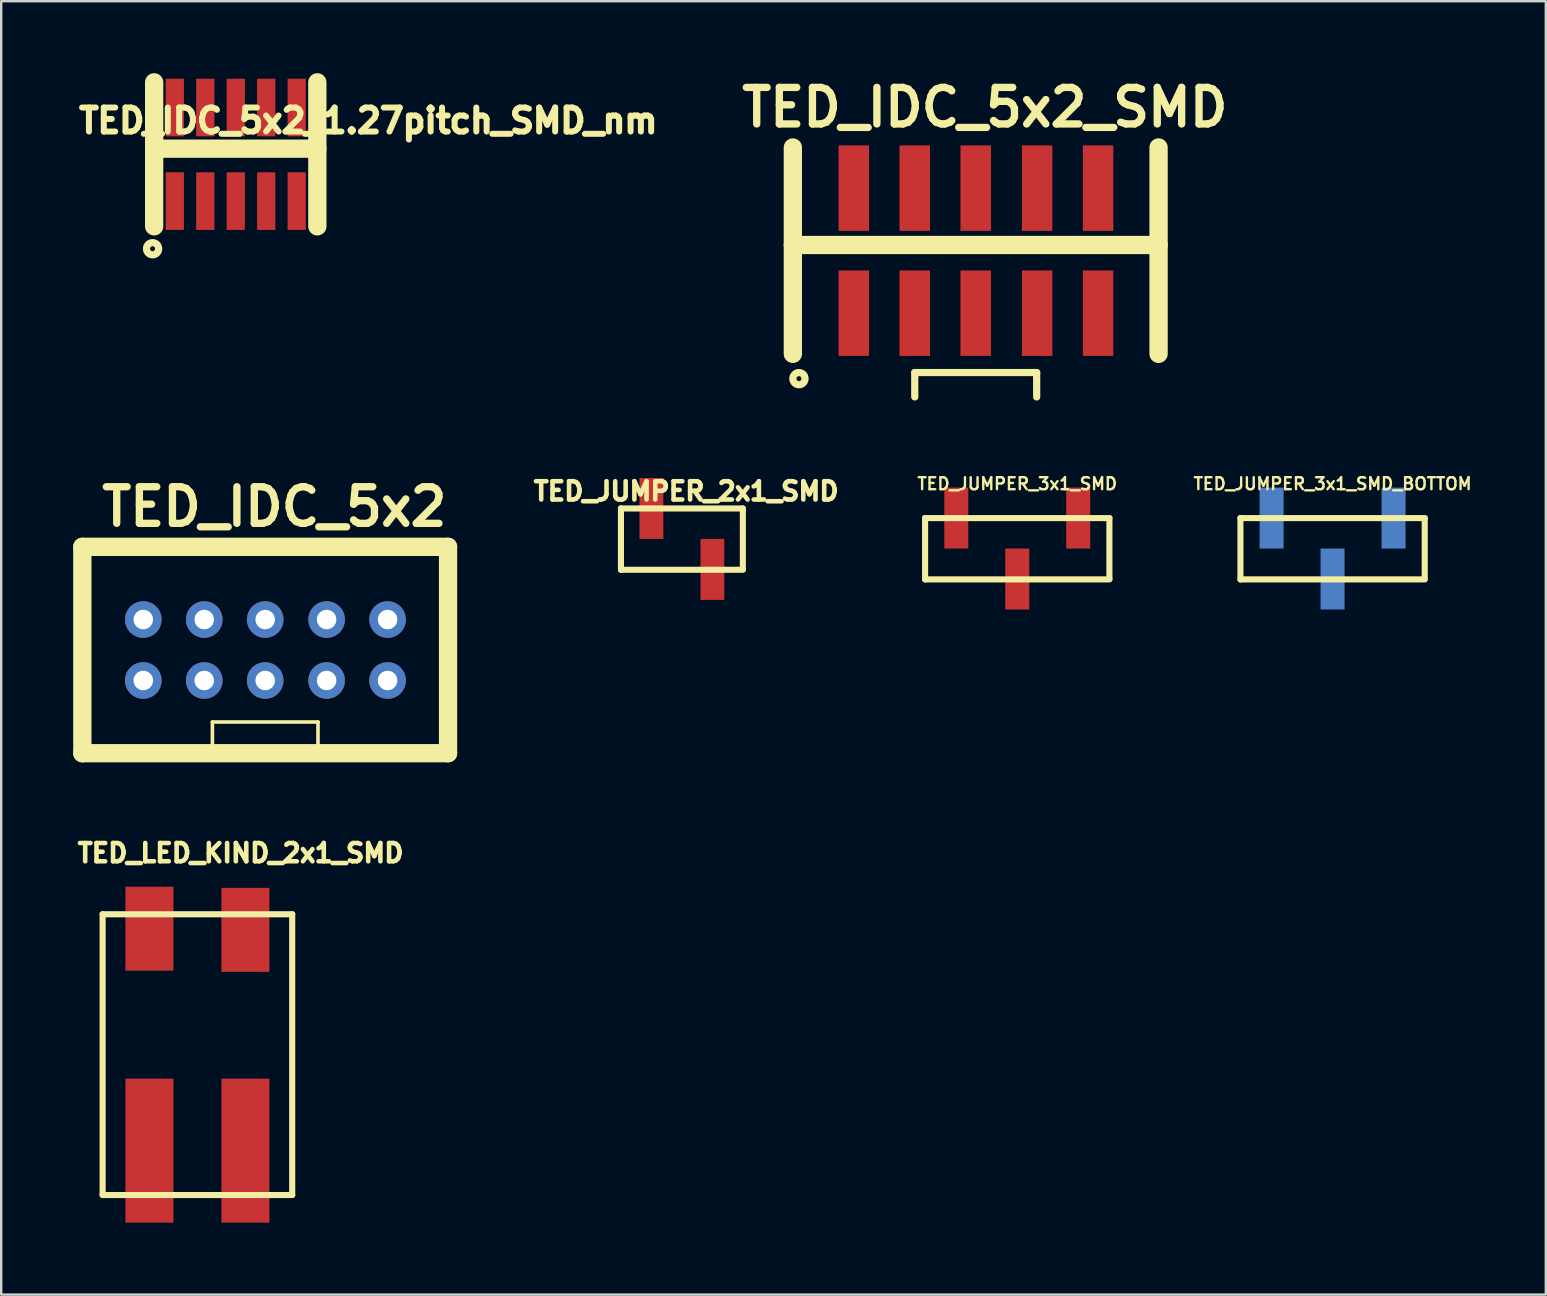
<source format=kicad_pcb>
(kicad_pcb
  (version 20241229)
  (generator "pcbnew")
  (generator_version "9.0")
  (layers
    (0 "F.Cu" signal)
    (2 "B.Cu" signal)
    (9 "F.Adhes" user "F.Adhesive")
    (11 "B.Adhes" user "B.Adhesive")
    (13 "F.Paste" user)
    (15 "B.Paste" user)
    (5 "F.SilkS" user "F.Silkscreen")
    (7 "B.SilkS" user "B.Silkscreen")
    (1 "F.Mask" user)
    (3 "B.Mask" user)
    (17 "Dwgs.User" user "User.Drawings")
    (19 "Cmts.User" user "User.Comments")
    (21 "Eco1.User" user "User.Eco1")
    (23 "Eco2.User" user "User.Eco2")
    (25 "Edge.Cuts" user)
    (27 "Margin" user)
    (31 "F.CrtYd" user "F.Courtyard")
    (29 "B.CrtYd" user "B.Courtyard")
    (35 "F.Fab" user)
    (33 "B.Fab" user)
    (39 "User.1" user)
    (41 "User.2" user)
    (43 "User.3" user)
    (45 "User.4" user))
  (footprint "TED_JUMPER_2x1_SMD"
    (layer "F.Cu")
    (at 25.366 19.408)
    (property "Reference" "TED_JUMPER_2x1_SMD" (at 0.178 -1.986 0) (layer "F.SilkS") (effects (font (size 0.762 0.762) (thickness 0.191))))
    (attr through_hole)
    (fp_line (start -2.54 1.285) (end -2.54 -1.275) (stroke (width 0.254) (type solid)) (layer "F.SilkS"))
    (fp_line (start 2.54 -1.27) (end -2.54 -1.27) (stroke (width 0.254) (type solid)) (layer "F.SilkS"))
    (fp_line (start 2.54 -1.27) (end 2.54 1.27) (stroke (width 0.254) (type solid)) (layer "F.SilkS"))
    (fp_line (start 2.54 1.285) (end -2.54 1.285) (stroke (width 0.254) (type solid)) (layer "F.SilkS"))
    (pad "1" smd rect (at -1.27 -1.27) (size 0.991 2.54) (layers "F.Cu" "F.Mask" "F.Paste"))
    (pad "2" smd rect (at 1.27 1.27) (size 0.991 2.54) (layers "F.Cu" "F.Mask" "F.Paste")))
  (footprint "TED_JUMPER_3x1_SMD"
    (layer "F.Cu")
    (at 39.34 19.809)
    (property "Reference" "TED_JUMPER_3x1_SMD" (at 0 -2.7 0) (layer "F.SilkS") (effects (font (size 0.5 0.5) (thickness 0.1))))
    (attr through_hole)
    (fp_line (start -3.84 1.285) (end -3.84 -1.275) (stroke (width 0.254) (type solid)) (layer "F.SilkS"))
    (fp_line (start 3.84 -1.27) (end -3.84 -1.27) (stroke (width 0.254) (type solid)) (layer "F.SilkS"))
    (fp_line (start 3.84 -1.27) (end 3.84 1.27) (stroke (width 0.254) (type solid)) (layer "F.SilkS"))
    (fp_line (start 3.84 1.285) (end -3.84 1.285) (stroke (width 0.254) (type solid)) (layer "F.SilkS"))
    (pad "1" smd rect (at -2.54 -1.27) (size 1 2.54) (layers "F.Cu" "F.Mask" "F.Paste"))
    (pad "2" smd rect (at 0 1.27) (size 1 2.54) (layers "F.Cu" "F.Mask" "F.Paste"))
    (pad "3" smd rect (at 2.54 -1.27) (size 1 2.54) (layers "F.Cu" "F.Mask" "F.Paste")))
  (footprint "TED_JUMPER_3x1_SMD_BOTTOM"
    (layer "F.Cu")
    (at 52.48 19.809)
    (property "Reference" "TED_JUMPER_3x1_SMD_BOTTOM" (at 0 -2.7 0) (layer "F.SilkS") (effects (font (size 0.5 0.5) (thickness 0.1))))
    (attr through_hole)
    (fp_line (start -3.84 1.285) (end -3.84 -1.275) (stroke (width 0.254) (type solid)) (layer "F.SilkS"))
    (fp_line (start 3.84 -1.27) (end -3.84 -1.27) (stroke (width 0.254) (type solid)) (layer "F.SilkS"))
    (fp_line (start 3.84 -1.27) (end 3.84 1.27) (stroke (width 0.254) (type solid)) (layer "F.SilkS"))
    (fp_line (start 3.84 1.285) (end -3.84 1.285) (stroke (width 0.254) (type solid)) (layer "F.SilkS"))
    (pad "1" smd rect (at 2.54 -1.27) (size 1 2.54) (layers "B.Cu" "B.Mask" "B.Paste"))
    (pad "2" smd rect (at 0 1.27) (size 1 2.54) (layers "B.Cu" "B.Mask" "B.Paste"))
    (pad "3" smd rect (at -2.54 -1.27) (size 1 2.54) (layers "B.Cu" "B.Mask" "B.Paste")))
  (footprint "TED_LED_KIND_2x1_SMD"
    (layer "F.Cu")
    (at 5.177 40.898)
    (property "Reference" "TED_LED_KIND_2x1_SMD" (at 1.8 -8.4 0) (layer "F.SilkS") (effects (font (size 0.762 0.762) (thickness 0.191))))
    (attr through_hole)
    (fp_line (start -3.95 5.85) (end -3.95 -5.85) (stroke (width 0.254) (type solid)) (layer "F.SilkS"))
    (fp_line (start 3.95 -5.85) (end -3.95 -5.85) (stroke (width 0.254) (type solid)) (layer "F.SilkS"))
    (fp_line (start 3.95 -5.85) (end 3.95 5.85) (stroke (width 0.254) (type solid)) (layer "F.SilkS"))
    (fp_line (start 3.95 5.85) (end -3.95 5.85) (stroke (width 0.254) (type solid)) (layer "F.SilkS"))
    (pad "" smd rect (at -2 -5.25) (size 2 3.5) (layers "F.Cu" "F.Mask" "F.Paste"))
    (pad "" smd rect (at 2 -5.2) (size 2 3.5) (layers "F.Cu" "F.Mask" "F.Paste"))
    (pad "1" smd rect (at 2 4) (size 2 6) (layers "F.Cu" "F.Mask" "F.Paste"))
    (pad "2" smd rect (at -2 4) (size 2 6) (layers "F.Cu" "F.Mask" "F.Paste")))
  (footprint "TED_IDC_5x2_1.27pitch_SMD_nm"
    (layer "F.Cu")
    (at 6.774 3.381)
    (property "Reference" "TED_IDC_5x2_1.27pitch_SMD_nm" (at 5.525 -1.4 0) (layer "F.SilkS") (effects (font (size 1 1) (thickness 0.25))))
    (attr through_hole)
    (fp_line (start -3.4 -0.236) (end 3.4 -0.236) (stroke (width 0.762) (type solid)) (layer "F.SilkS"))
    (fp_line (start -3.4 3) (end -3.4 -3) (stroke (width 0.762) (type solid)) (layer "F.SilkS"))
    (fp_line (start 3.4 -3) (end 3.4 3) (stroke (width 0.762) (type solid)) (layer "F.SilkS"))
    (fp_circle (center -3.466 3.934) (end -3.212 3.934) (stroke (width 0.3) (type solid)) (fill no) (layer "F.SilkS"))
    (pad "1" smd rect (at -2.54 1.95) (size 0.76 2.4) (layers "F.Cu" "F.Mask" "F.Paste"))
    (pad "2" smd rect (at -2.54 -1.95) (size 0.76 2.4) (layers "F.Cu" "F.Mask" "F.Paste"))
    (pad "3" smd rect (at -1.27 1.95) (size 0.76 2.4) (layers "F.Cu" "F.Mask" "F.Paste"))
    (pad "4" smd rect (at -1.27 -1.95) (size 0.76 2.4) (layers "F.Cu" "F.Mask" "F.Paste"))
    (pad "5" smd rect (at 0 1.95) (size 0.76 2.4) (layers "F.Cu" "F.Mask" "F.Paste"))
    (pad "6" smd rect (at 0 -1.95) (size 0.76 2.4) (layers "F.Cu" "F.Mask" "F.Paste"))
    (pad "7" smd rect (at 1.27 1.95) (size 0.76 2.4) (layers "F.Cu" "F.Mask" "F.Paste"))
    (pad "8" smd rect (at 1.27 -1.95) (size 0.76 2.4) (layers "F.Cu" "F.Mask" "F.Paste"))
    (pad "9" smd rect (at 2.54 1.95) (size 0.76 2.4) (layers "F.Cu" "F.Mask" "F.Paste"))
    (pad "10" smd rect (at 2.54 -1.95) (size 0.76 2.4) (layers "F.Cu" "F.Mask" "F.Paste")))
  (footprint "TED_IDC_5x2_SMD"
    (layer "F.Cu")
    (at 37.609 7.395)
    (property "Reference" "TED_IDC_5x2_SMD" (at 0.381 -5.969 0) (layer "F.SilkS") (effects (font (size 1.524 1.524) (thickness 0.305))))
    (attr through_hole)
    (fp_line (start -7.62 -0.236) (end 7.62 -0.236) (stroke (width 0.762) (type solid)) (layer "F.SilkS"))
    (fp_line (start -7.62 4.3) (end -7.62 -4.3) (stroke (width 0.762) (type solid)) (layer "F.SilkS"))
    (fp_line (start -2.54 5.08) (end 2.54 5.08) (stroke (width 0.3) (type solid)) (layer "F.SilkS"))
    (fp_line (start -2.54 6.096) (end -2.54 5.08) (stroke (width 0.3) (type solid)) (layer "F.SilkS"))
    (fp_line (start 2.54 5.08) (end 2.54 6.096) (stroke (width 0.3) (type solid)) (layer "F.SilkS"))
    (fp_line (start 7.62 -4.3) (end 7.62 4.3) (stroke (width 0.762) (type solid)) (layer "F.SilkS"))
    (fp_circle (center -7.366 5.334) (end -7.112 5.334) (stroke (width 0.3) (type solid)) (fill no) (layer "F.SilkS"))
    (pad "1" smd rect (at -5.08 2.605) (size 1.27 3.56) (layers "F.Cu" "F.Mask" "F.Paste"))
    (pad "2" smd rect (at -5.08 -2.605) (size 1.27 3.56) (layers "F.Cu" "F.Mask" "F.Paste"))
    (pad "3" smd rect (at -2.54 2.605) (size 1.27 3.56) (layers "F.Cu" "F.Mask" "F.Paste"))
    (pad "4" smd rect (at -2.54 -2.605) (size 1.27 3.56) (layers "F.Cu" "F.Mask" "F.Paste"))
    (pad "5" smd rect (at 0 2.605) (size 1.27 3.56) (layers "F.Cu" "F.Mask" "F.Paste"))
    (pad "6" smd rect (at 0 -2.605) (size 1.27 3.56) (layers "F.Cu" "F.Mask" "F.Paste"))
    (pad "7" smd rect (at 2.56 2.605) (size 1.27 3.56) (layers "F.Cu" "F.Mask" "F.Paste"))
    (pad "8" smd rect (at 2.56 -2.605) (size 1.27 3.56) (layers "F.Cu" "F.Mask" "F.Paste"))
    (pad "9" smd rect (at 5.1 2.605) (size 1.27 3.56) (layers "F.Cu" "F.Mask" "F.Paste"))
    (pad "10" smd rect (at 5.1 -2.605) (size 1.27 3.56) (layers "F.Cu" "F.Mask" "F.Paste")))
  (footprint "TED_IDC_5x2"
    (layer "F.Cu")
    (at 8.001 24.037)
    (property "Reference" "TED_IDC_5x2" (at 0.381 -5.969 0) (layer "F.SilkS") (effects (font (size 1.524 1.524) (thickness 0.305))))
    (attr through_hole)
    (fp_line (start -7.62 -4.3) (end 7.62 -4.3) (stroke (width 0.762) (type solid)) (layer "F.SilkS"))
    (fp_line (start -7.62 4.3) (end -7.62 -4.3) (stroke (width 0.762) (type solid)) (layer "F.SilkS"))
    (fp_line (start -2.2 3) (end 2.2 3) (stroke (width 0.15) (type solid)) (layer "F.SilkS"))
    (fp_line (start -2.2 4) (end -2.2 3) (stroke (width 0.15) (type solid)) (layer "F.SilkS"))
    (fp_line (start 2.2 3) (end 2.2 4) (stroke (width 0.15) (type solid)) (layer "F.SilkS"))
    (fp_line (start 7.62 -4.3) (end 7.62 4.3) (stroke (width 0.762) (type solid)) (layer "F.SilkS"))
    (fp_line (start 7.62 4.3) (end -7.62 4.3) (stroke (width 0.762) (type solid)) (layer "F.SilkS"))
    (pad "1" thru_hole circle (at -5.08 1.27) (size 1.524 1.524) (drill 0.813) (layers "*.Cu" "*.Mask"))
    (pad "2" thru_hole circle (at -5.08 -1.27) (size 1.524 1.524) (drill 0.813) (layers "*.Cu" "*.Mask"))
    (pad "3" thru_hole circle (at -2.54 1.27) (size 1.524 1.524) (drill 0.813) (layers "*.Cu" "*.Mask"))
    (pad "4" thru_hole circle (at -2.54 -1.27) (size 1.524 1.524) (drill 0.813) (layers "*.Cu" "*.Mask"))
    (pad "5" thru_hole circle (at 0 1.27) (size 1.524 1.524) (drill 0.813) (layers "*.Cu" "*.Mask"))
    (pad "6" thru_hole circle (at 0 -1.27) (size 1.524 1.524) (drill 0.813) (layers "*.Cu" "*.Mask"))
    (pad "7" thru_hole circle (at 2.56 1.27) (size 1.524 1.524) (drill 0.813) (layers "*.Cu" "*.Mask"))
    (pad "8" thru_hole circle (at 2.56 -1.27) (size 1.524 1.524) (drill 0.813) (layers "*.Cu" "*.Mask"))
    (pad "9" thru_hole circle (at 5.1 1.27) (size 1.524 1.524) (drill 0.813) (layers "*.Cu" "*.Mask"))
    (pad "10" thru_hole circle (at 5.1 -1.27) (size 1.524 1.524) (drill 0.813) (layers "*.Cu" "*.Mask")))
  (gr_rect
    (start -3 -3)
    (end 61.366 50.898)
    (stroke (width 0.1) (type default))
    (fill no)
    (layer "Edge.Cuts")))
</source>
